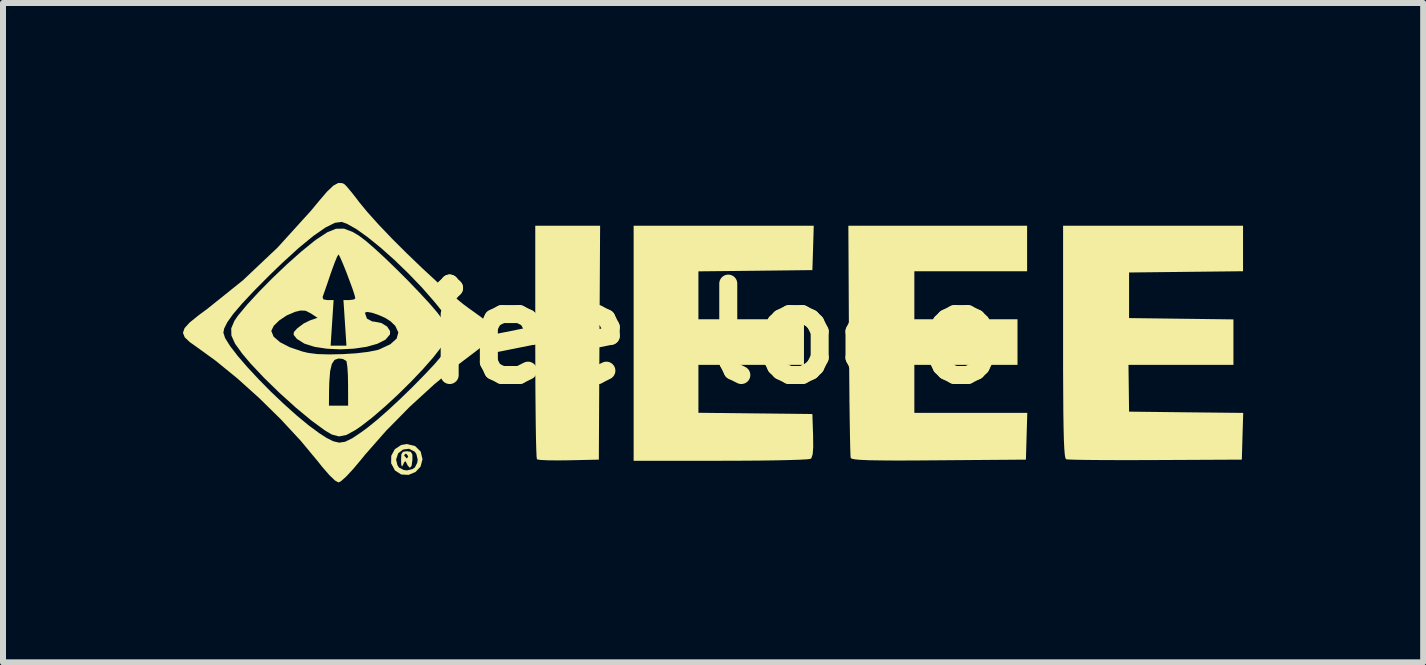
<source format=kicad_pcb>
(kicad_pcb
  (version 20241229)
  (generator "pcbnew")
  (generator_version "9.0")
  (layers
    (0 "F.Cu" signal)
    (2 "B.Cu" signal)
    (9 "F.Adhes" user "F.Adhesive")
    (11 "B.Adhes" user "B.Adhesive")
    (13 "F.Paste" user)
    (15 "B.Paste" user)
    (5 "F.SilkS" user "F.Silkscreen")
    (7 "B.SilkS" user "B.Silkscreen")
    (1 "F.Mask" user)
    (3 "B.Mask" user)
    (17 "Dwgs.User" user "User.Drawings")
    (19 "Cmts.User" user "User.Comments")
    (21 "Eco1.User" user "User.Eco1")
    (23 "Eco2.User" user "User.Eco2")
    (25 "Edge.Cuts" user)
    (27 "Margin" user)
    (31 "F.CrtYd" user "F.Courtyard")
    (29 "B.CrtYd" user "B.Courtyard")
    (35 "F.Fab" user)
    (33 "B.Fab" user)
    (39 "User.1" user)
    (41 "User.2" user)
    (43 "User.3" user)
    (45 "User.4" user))
  (footprint "ieeelogo"
    (layer "F.Cu")
    (at 8.874 2.513)
    (property "Reference" "ieeelogo" (at 0 0 0) (layer "F.SilkS") (effects (font (size 1.524 1.524) (thickness 0.3))))
    (attr board_only exclude_from_pos_files exclude_from_bom)
    (fp_poly (pts (xy -1.93 0.15) (xy -1.94 2.1) (xy -2.442 2.111) (xy -2.635 2.113) (xy -2.798 2.111) (xy -2.916 2.105) (xy -2.971 2.095) (xy -2.972 2.094) (xy -2.978 2.05) (xy -2.983 1.934) (xy -2.988 1.753) (xy -2.992 1.515) (xy -2.995 1.23) (xy -2.998 0.903) (xy -2.999 0.543) (xy -3 0.159) (xy -3 0.133) (xy -3 -1.8) (xy -1.919 -1.8)) (stroke (width 0) (type solid)) (fill yes) (layer "F.SilkS"))
    (fp_poly (pts (xy 1.632 -1.43) (xy 1.62 -1.06) (xy 0.67 -1.049) (xy -0.28 -1.039) (xy -0.28 -0.24) (xy 1.48 -0.24) (xy 1.48 0.52) (xy -0.28 0.52) (xy -0.28 1.319) (xy 1.62 1.34) (xy 1.632 1.697) (xy 1.634 1.888) (xy 1.625 2.011) (xy 1.603 2.075) (xy 1.592 2.086) (xy 1.541 2.094) (xy 1.42 2.101) (xy 1.237 2.107) (xy 1.002 2.112) (xy 0.725 2.116) (xy 0.414 2.118) (xy 0.09 2.119) (xy -1.36 2.12) (xy -1.36 -1.8) (xy 0.142 -1.8) (xy 1.643 -1.8)) (stroke (width 0) (type solid)) (fill yes) (layer "F.SilkS"))
    (fp_poly (pts (xy -5.075 1.97) (xy -5.049 2.016) (xy -5.048 2.1) (xy -5.062 2.204) (xy -5.091 2.237) (xy -5.129 2.195) (xy -5.14 2.17) (xy -5.165 2.124) (xy -5.188 2.149) (xy -5.201 2.18) (xy -5.223 2.217) (xy -5.234 2.186) (xy -5.237 2.11) (xy -5.233 2.025) (xy -5.186 2.025) (xy -5.18 2.04) (xy -5.144 2.078) (xy -5.138 2.08) (xy -5.12 2.049) (xy -5.12 2.04) (xy -5.151 2.002) (xy -5.162 2) (xy -5.186 2.025) (xy -5.233 2.025) (xy -5.233 2.011) (xy -5.205 1.969) (xy -5.141 1.96)) (stroke (width 0) (type solid)) (fill yes) (layer "F.SilkS"))
    (fp_poly (pts (xy 3.71 -1.8) (xy 5.2 -1.8) (xy 5.2 -1.04) (xy 3.32 -1.04) (xy 3.32 -0.24) (xy 5.04 -0.24) (xy 5.04 0.52) (xy 3.32 0.52) (xy 3.32 1.32) (xy 5.203 1.32) (xy 5.18 2.1) (xy 3.729 2.111) (xy 3.335 2.114) (xy 3.014 2.115) (xy 2.76 2.113) (xy 2.566 2.11) (xy 2.426 2.104) (xy 2.332 2.096) (xy 2.279 2.085) (xy 2.259 2.071) (xy 2.255 2.022) (xy 2.251 1.901) (xy 2.247 1.716) (xy 2.243 1.475) (xy 2.239 1.186) (xy 2.236 0.857) (xy 2.233 0.496) (xy 2.23 0.112) (xy 2.23 0.11) (xy 2.22 -1.8)) (stroke (width 0) (type solid)) (fill yes) (layer "F.SilkS"))
    (fp_poly (pts (xy -5.003 1.874) (xy -4.911 1.965) (xy -4.88 2.093) (xy -4.913 2.217) (xy -4.998 2.307) (xy -5.112 2.354) (xy -5.234 2.348) (xy -5.339 2.281) (xy -5.403 2.161) (xy -5.402 2.1) (xy -5.32 2.1) (xy -5.298 2.192) (xy -5.272 2.232) (xy -5.194 2.272) (xy -5.14 2.28) (xy -5.048 2.258) (xy -5.008 2.232) (xy -4.968 2.154) (xy -4.96 2.1) (xy -4.982 2.008) (xy -5.008 1.968) (xy -5.104 1.919) (xy -5.205 1.932) (xy -5.286 1.995) (xy -5.32 2.098) (xy -5.32 2.1) (xy -5.402 2.1) (xy -5.401 2.036) (xy -5.342 1.927) (xy -5.236 1.856) (xy -5.14 1.84)) (stroke (width 0) (type solid)) (fill yes) (layer "F.SilkS"))
    (fp_poly (pts (xy 8.8 -1.041) (xy 6.9 -1.02) (xy 6.9 -0.26) (xy 8.64 -0.238) (xy 8.64 0.52) (xy 6.89 0.52) (xy 6.895 0.91) (xy 6.9 1.3) (xy 7.851 1.311) (xy 8.803 1.321) (xy 8.791 1.711) (xy 8.78 2.1) (xy 7.34 2.107) (xy 7.007 2.108) (xy 6.698 2.108) (xy 6.424 2.107) (xy 6.192 2.105) (xy 6.013 2.102) (xy 5.896 2.098) (xy 5.85 2.094) (xy 5.838 2.072) (xy 5.828 2.015) (xy 5.82 1.916) (xy 5.813 1.77) (xy 5.808 1.571) (xy 5.804 1.314) (xy 5.802 0.994) (xy 5.8 0.605) (xy 5.8 0.142) (xy 5.8 -1.8) (xy 8.8 -1.8)) (stroke (width 0) (type solid)) (fill yes) (layer "F.SilkS"))
    (fp_poly (pts (xy -6.213 -2.509) (xy -6.178 -2.489) (xy -6.136 -2.445) (xy -6.06 -2.354) (xy -5.966 -2.234) (xy -5.941 -2.2) (xy -5.8 -2.028) (xy -5.611 -1.818) (xy -5.387 -1.583) (xy -5.14 -1.337) (xy -4.885 -1.092) (xy -4.635 -0.861) (xy -4.403 -0.658) (xy -4.203 -0.494) (xy -4.109 -0.424) (xy -3.908 -0.28) (xy -3.77 -0.169) (xy -3.689 -0.083) (xy -3.659 -0.017) (xy -3.675 0.04) (xy -3.724 0.089) (xy -3.791 0.14) (xy -3.906 0.228) (xy -4.055 0.342) (xy -4.225 0.471) (xy -4.278 0.511) (xy -4.68 0.841) (xy -5.091 1.217) (xy -5.483 1.615) (xy -5.832 2.011) (xy -5.896 2.09) (xy -6.037 2.258) (xy -6.154 2.384) (xy -6.241 2.461) (xy -6.281 2.48) (xy -6.339 2.448) (xy -6.432 2.359) (xy -6.552 2.221) (xy -6.624 2.13) (xy -6.91 1.786) (xy -7.241 1.429) (xy -7.6 1.076) (xy -7.969 0.744) (xy -8.33 0.45) (xy -8.62 0.24) (xy -8.758 0.142) (xy -8.844 0.061) (xy -8.874 -0.013) (xy -8.873 -0.017) (xy -8.2 -0.017) (xy -8.171 0.074) (xy -8.088 0.206) (xy -7.962 0.37) (xy -7.8 0.558) (xy -7.612 0.76) (xy -7.408 0.967) (xy -7.194 1.17) (xy -6.982 1.36) (xy -6.779 1.528) (xy -6.594 1.664) (xy -6.479 1.738) (xy -6.367 1.794) (xy -6.269 1.817) (xy -6.17 1.802) (xy -6.051 1.744) (xy -5.898 1.641) (xy -5.8 1.569) (xy -5.64 1.44) (xy -5.45 1.273) (xy -5.246 1.083) (xy -5.04 0.883) (xy -4.846 0.685) (xy -4.676 0.504) (xy -4.546 0.351) (xy -4.487 0.273) (xy -4.41 0.148) (xy -4.37 0.042) (xy -4.37 -0.06) (xy -4.413 -0.173) (xy -4.505 -0.311) (xy -4.647 -0.49) (xy -4.681 -0.531) (xy -4.891 -0.771) (xy -5.118 -1.007) (xy -5.35 -1.231) (xy -5.578 -1.434) (xy -5.793 -1.608) (xy -5.983 -1.744) (xy -6.139 -1.832) (xy -6.226 -1.863) (xy -6.338 -1.849) (xy -6.496 -1.771) (xy -6.698 -1.631) (xy -6.943 -1.43) (xy -7.229 -1.169) (xy -7.438 -0.967) (xy -7.694 -0.709) (xy -7.892 -0.497) (xy -8.038 -0.326) (xy -8.135 -0.19) (xy -8.187 -0.085) (xy -8.2 -0.017) (xy -8.873 -0.017) (xy -8.847 -0.092) (xy -8.761 -0.187) (xy -8.612 -0.307) (xy -8.47 -0.412) (xy -7.876 -0.888) (xy -7.297 -1.435) (xy -6.741 -2.048) (xy -6.607 -2.21) (xy -6.47 -2.37) (xy -6.365 -2.469) (xy -6.283 -2.513)) (stroke (width 0) (type solid)) (fill yes) (layer "F.SilkS"))
    (fp_poly (pts (xy -6.046 -1.697) (xy -5.937 -1.632) (xy -5.825 -1.547) (xy -5.675 -1.417) (xy -5.498 -1.254) (xy -5.307 -1.069) (xy -5.114 -0.876) (xy -4.93 -0.684) (xy -4.767 -0.508) (xy -4.638 -0.358) (xy -4.553 -0.246) (xy -4.541 -0.227) (xy -4.478 -0.113) (xy -4.452 -0.039) (xy -4.459 0.024) (xy -4.493 0.101) (xy -4.573 0.232) (xy -4.705 0.401) (xy -4.876 0.595) (xy -5.075 0.804) (xy -5.289 1.015) (xy -5.507 1.216) (xy -5.717 1.397) (xy -5.907 1.544) (xy -5.998 1.606) (xy -6.149 1.689) (xy -6.272 1.713) (xy -6.393 1.681) (xy -6.504 1.615) (xy -6.735 1.446) (xy -6.994 1.231) (xy -7.028 1.2) (xy -6.44 1.2) (xy -6.12 1.2) (xy -6.121 0.85) (xy -6.124 0.687) (xy -6.133 0.553) (xy -6.145 0.469) (xy -6.151 0.454) (xy -6.209 0.421) (xy -6.28 0.414) (xy -6.346 0.437) (xy -6.391 0.504) (xy -6.42 0.624) (xy -6.434 0.807) (xy -6.438 0.95) (xy -6.44 1.2) (xy -7.028 1.2) (xy -7.262 0.989) (xy -7.52 0.738) (xy -7.747 0.497) (xy -7.884 0.335) (xy -8.005 0.167) (xy -8.066 0.031) (xy -8.068 -0.043) (xy -7.4 -0.043) (xy -7.362 0.05) (xy -7.256 0.142) (xy -7.093 0.226) (xy -6.885 0.297) (xy -6.784 0.321) (xy -6.633 0.34) (xy -6.433 0.346) (xy -6.208 0.341) (xy -5.983 0.327) (xy -5.783 0.303) (xy -5.631 0.272) (xy -5.602 0.263) (xy -5.417 0.177) (xy -5.311 0.082) (xy -5.283 -0.021) (xy -5.334 -0.13) (xy -5.414 -0.207) (xy -5.502 -0.263) (xy -5.612 -0.312) (xy -5.719 -0.348) (xy -5.803 -0.363) (xy -5.84 -0.35) (xy -5.84 -0.348) (xy -5.806 -0.251) (xy -5.716 -0.203) (xy -5.68 -0.2) (xy -5.564 -0.177) (xy -5.47 -0.119) (xy -5.42 -0.042) (xy -5.422 0.012) (xy -5.496 0.099) (xy -5.631 0.168) (xy -5.812 0.219) (xy -6.024 0.25) (xy -6.249 0.261) (xy -6.472 0.251) (xy -6.678 0.22) (xy -6.849 0.166) (xy -6.97 0.09) (xy -6.981 0.079) (xy -7.029 0.018) (xy -7.024 -0.027) (xy -6.966 -0.091) (xy -6.861 -0.17) (xy -6.754 -0.222) (xy -6.63 -0.264) (xy -6.74 -0.337) (xy -6.828 -0.382) (xy -6.914 -0.386) (xy -7.004 -0.364) (xy -7.142 -0.305) (xy -7.267 -0.222) (xy -7.36 -0.131) (xy -7.4 -0.049) (xy -7.4 -0.043) (xy -8.068 -0.043) (xy -8.069 -0.089) (xy -8.016 -0.214) (xy -7.957 -0.3) (xy -7.804 -0.484) (xy -7.688 -0.61) (xy -6.546 -0.61) (xy -6.531 -0.571) (xy -6.464 -0.56) (xy -6.362 -0.56) (xy -6.412 0.2) (xy -6.148 0.2) (xy -6.198 -0.56) (xy -6.099 -0.56) (xy -6.024 -0.57) (xy -6 -0.59) (xy -6.013 -0.645) (xy -6.047 -0.749) (xy -6.096 -0.882) (xy -6.15 -1.026) (xy -6.204 -1.159) (xy -6.248 -1.262) (xy -6.276 -1.316) (xy -6.281 -1.32) (xy -6.303 -1.285) (xy -6.342 -1.191) (xy -6.392 -1.055) (xy -6.415 -0.99) (xy -6.467 -0.835) (xy -6.512 -0.706) (xy -6.541 -0.624) (xy -6.546 -0.61) (xy -7.688 -0.61) (xy -7.605 -0.7) (xy -7.377 -0.931) (xy -7.137 -1.159) (xy -6.903 -1.367) (xy -6.692 -1.539) (xy -6.646 -1.573) (xy -6.468 -1.69) (xy -6.323 -1.749) (xy -6.189 -1.751)) (stroke (width 0) (type solid)) (fill yes) (layer "F.SilkS")))
  (gr_rect
    (start -3 -3)
    (end 20.677 7.993)
    (stroke (width 0.1) (type default))
    (fill no)
    (layer "Edge.Cuts")))
</source>
